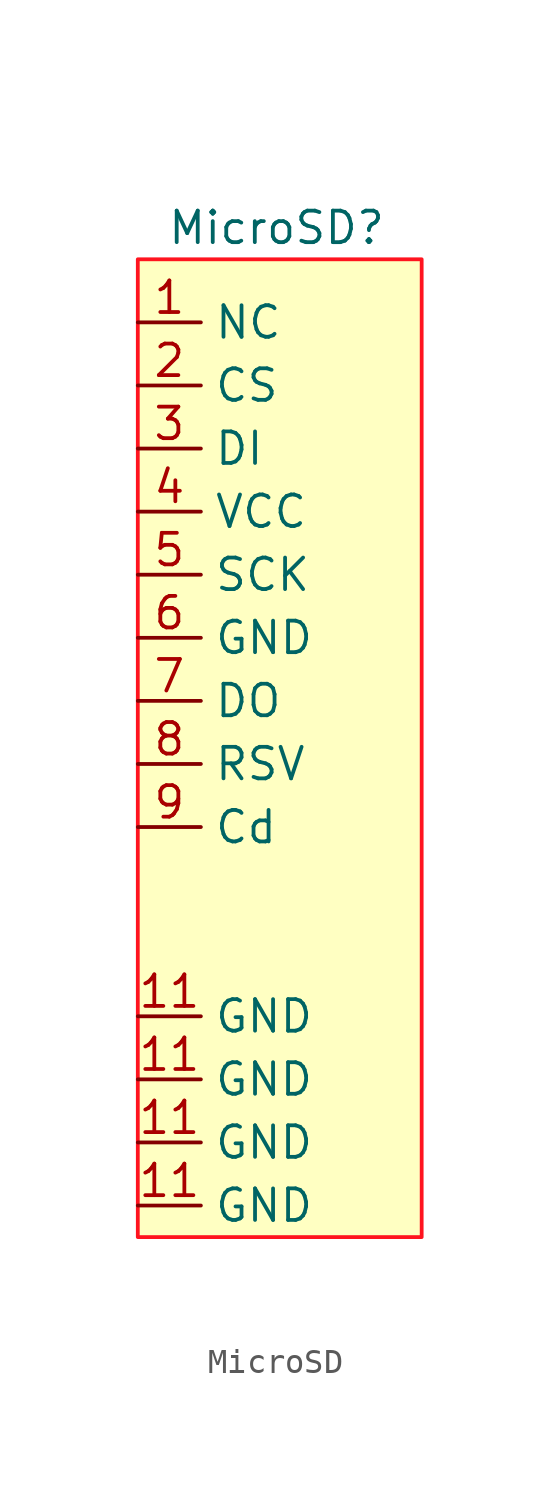
<source format=kicad_sym>
(kicad_symbol_lib
  (version 20231120)
  (generator "kicad_symbol_editor")
  (generator_version "8.0")
  (symbol "MicroSD"
    (property "Reference" "MicroSD"
      (at 5.588 1.27 0)
      (effects (font (size 1.27 1.27))))
    (property "Value" ""
      (at 0 0 0)
      (effects (font (size 1.27 1.27))))
    (symbol "MicroSD_1_1"
      (rectangle (start 0 0) (end 11.43 -39.37) (stroke (width 0) (type default) (color 255 20 31 1)) (fill (type background)))
      (pin input line (at 0 -2.54 0) (length 2.54) (name "NC" (effects (font (size 1.27 1.27)))) (number "1" (effects (font (size 1.27 1.27)))))
      (pin input line (at 0 -38.1 0) (length 2.54) (name "GND" (effects (font (size 1.27 1.27)))) (number "11" (effects (font (size 1.27 1.27)))))
      (pin input line (at 0 -35.56 0) (length 2.54) (name "GND" (effects (font (size 1.27 1.27)))) (number "11" (effects (font (size 1.27 1.27)))))
      (pin input line (at 0 -33.02 0) (length 2.54) (name "GND" (effects (font (size 1.27 1.27)))) (number "11" (effects (font (size 1.27 1.27)))))
      (pin input line (at 0 -30.48 0) (length 2.54) (name "GND" (effects (font (size 1.27 1.27)))) (number "11" (effects (font (size 1.27 1.27)))))
      (pin input line (at 0 -5.08 0) (length 2.54) (name "CS" (effects (font (size 1.27 1.27)))) (number "2" (effects (font (size 1.27 1.27)))))
      (pin input line (at 0 -7.62 0) (length 2.54) (name "DI" (effects (font (size 1.27 1.27)))) (number "3" (effects (font (size 1.27 1.27)))))
      (pin input line (at 0 -10.16 0) (length 2.54) (name "VCC" (effects (font (size 1.27 1.27)))) (number "4" (effects (font (size 1.27 1.27)))))
      (pin input line (at 0 -12.7 0) (length 2.54) (name "SCK" (effects (font (size 1.27 1.27)))) (number "5" (effects (font (size 1.27 1.27)))))
      (pin input line (at 0 -15.24 0) (length 2.54) (name "GND" (effects (font (size 1.27 1.27)))) (number "6" (effects (font (size 1.27 1.27)))))
      (pin input line (at 0 -17.78 0) (length 2.54) (name "DO" (effects (font (size 1.27 1.27)))) (number "7" (effects (font (size 1.27 1.27)))))
      (pin input line (at 0 -20.32 0) (length 2.54) (name "RSV" (effects (font (size 1.27 1.27)))) (number "8" (effects (font (size 1.27 1.27)))))
      (pin input line (at 0 -22.86 0) (length 2.54) (name "Cd" (effects (font (size 1.27 1.27)))) (number "9" (effects (font (size 1.27 1.27))))))))
</source>
